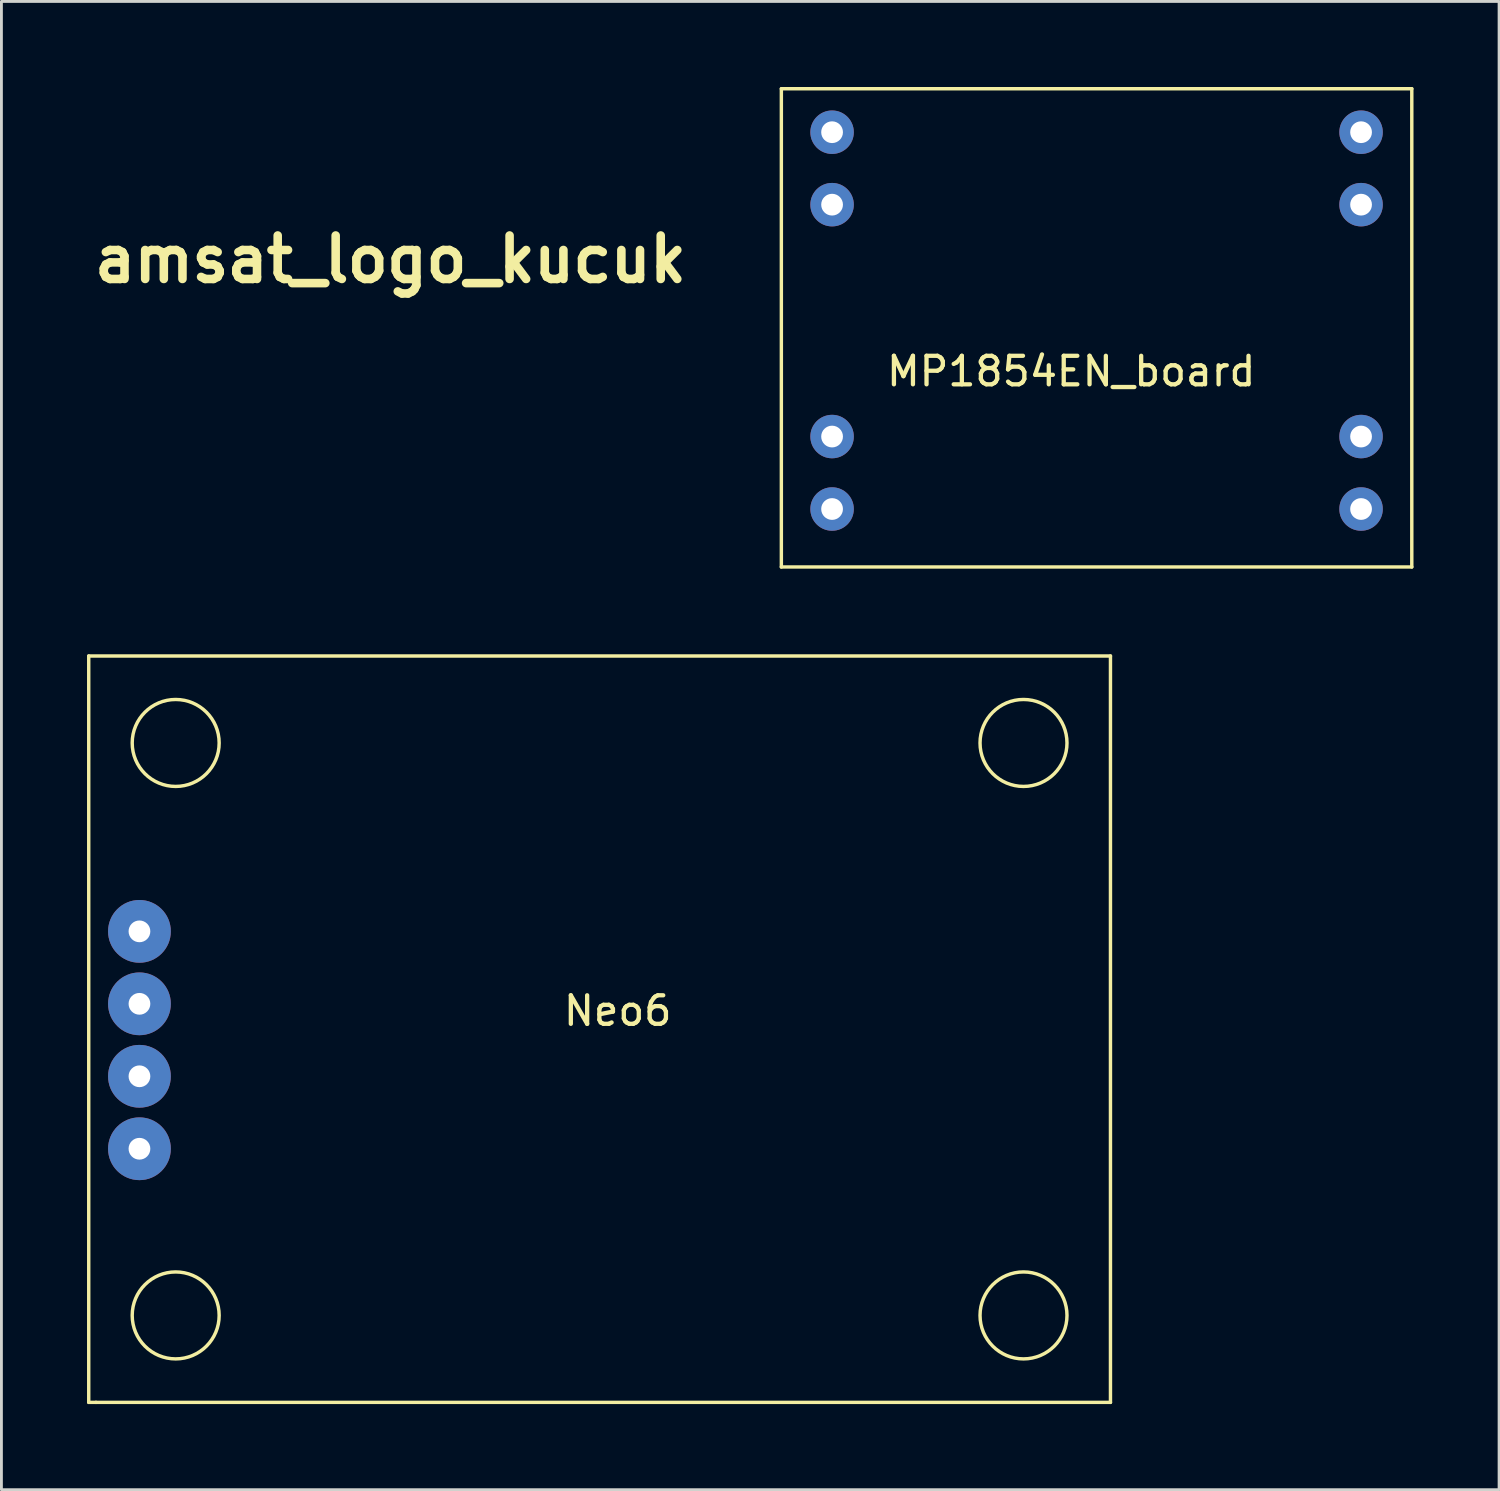
<source format=kicad_pcb>
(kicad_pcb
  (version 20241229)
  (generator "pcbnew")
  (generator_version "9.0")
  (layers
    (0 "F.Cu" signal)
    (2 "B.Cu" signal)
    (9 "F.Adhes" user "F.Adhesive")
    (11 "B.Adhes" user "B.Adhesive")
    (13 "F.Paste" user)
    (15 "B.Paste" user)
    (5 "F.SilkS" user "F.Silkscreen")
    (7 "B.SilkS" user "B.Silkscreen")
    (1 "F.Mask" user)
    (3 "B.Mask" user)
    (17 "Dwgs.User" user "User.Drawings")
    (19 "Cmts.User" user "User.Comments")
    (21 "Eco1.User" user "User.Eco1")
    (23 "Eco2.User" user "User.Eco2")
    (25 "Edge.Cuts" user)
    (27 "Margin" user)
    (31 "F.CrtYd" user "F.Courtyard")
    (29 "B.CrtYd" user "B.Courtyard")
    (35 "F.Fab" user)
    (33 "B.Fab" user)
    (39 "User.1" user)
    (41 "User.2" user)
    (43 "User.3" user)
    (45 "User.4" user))
  (footprint "amsat_logo_kucuk"
    (layer "F.Cu")
    (at 10.639 6.039)
    (property "Reference" "amsat_logo_kucuk" (at 0 0 0) (layer "F.SilkS") (effects (font (size 1.524 1.524) (thickness 0.3))))
    (attr through_hole)
    (fp_poly (pts (xy -0.812 2.842) (xy -0.802 3.476) (xy -0.853 4.173) (xy -1.074 4.481) (xy -1.567 4.445) (xy -2.358 4.139) (xy -2.943 3.788) (xy -3.02 3.44) (xy -2.582 3.066) (xy -1.981 2.78) (xy -1.27 2.5) (xy -0.924 2.495) (xy -0.812 2.842)) (stroke (width 0.01) (type solid)) (fill no) (layer "Eco2.User"))
    (fp_poly (pts (xy 0.814 2.526) (xy 1.446 2.78) (xy 2.241 3.187) (xy 2.514 3.546) (xy 2.273 3.888) (xy 1.766 4.15) (xy 0.946 4.455) (xy 0.496 4.468) (xy 0.305 4.142) (xy 0.267 3.476) (xy 0.284 2.766) (xy 0.422 2.475) (xy 0.814 2.526)) (stroke (width 0.01) (type solid)) (fill no) (layer "Eco2.User"))
    (fp_poly (pts (xy -0.871 -4.628) (xy -0.807 -4.149) (xy -0.802 -3.638) (xy -0.857 -2.821) (xy -1.084 -2.46) (xy -1.574 -2.505) (xy -2.273 -2.826) (xy -2.886 -3.172) (xy -3.278 -3.442) (xy -3.289 -3.453) (xy -3.254 -3.72) (xy -2.853 -4.079) (xy -2.22 -4.436) (xy -1.498 -4.696) (xy -1.075 -4.77) (xy -0.871 -4.628)) (stroke (width 0.01) (type solid)) (fill no) (layer "Eco2.User"))
    (fp_poly (pts (xy 1.012 -4.697) (xy 1.674 -4.42) (xy 2.329 -4.085) (xy 2.759 -3.798) (xy 2.809 -3.74) (xy 2.709 -3.461) (xy 2.255 -3.097) (xy 1.598 -2.745) (xy 0.964 -2.523) (xy 0.54 -2.449) (xy 0.336 -2.591) (xy 0.272 -3.07) (xy 0.267 -3.58) (xy 0.326 -4.347) (xy 0.479 -4.77) (xy 0.561 -4.813) (xy 1.012 -4.697)) (stroke (width 0.01) (type solid)) (fill no) (layer "Eco2.User"))
    (fp_poly (pts (xy -1.893 0.275) (xy -1.252 0.319) (xy -0.929 0.433) (xy -0.816 0.648) (xy -0.802 0.915) (xy -0.92 1.396) (xy -1.364 1.725) (xy -1.805 1.891) (xy -2.628 2.21) (xy -3.324 2.558) (xy -3.392 2.6) (xy -3.82 2.818) (xy -4.097 2.681) (xy -4.361 2.225) (xy -4.815 1.298) (xy -4.987 0.722) (xy -4.814 0.414) (xy -4.239 0.291) (xy -3.199 0.267) (xy -2.959 0.267) (xy -1.893 0.275)) (stroke (width 0.01) (type solid)) (fill no) (layer "Eco2.User"))
    (fp_poly (pts (xy 3.553 0.282) (xy 4.208 0.381) (xy 4.448 0.648) (xy 4.336 1.165) (xy 3.932 2.017) (xy 3.836 2.206) (xy 3.443 2.798) (xy 3.076 2.893) (xy 2.71 2.583) (xy 2.275 2.283) (xy 1.562 1.976) (xy 1.34 1.904) (xy 0.634 1.631) (xy 0.323 1.297) (xy 0.267 0.925) (xy 0.291 0.6) (xy 0.435 0.405) (xy 0.807 0.306) (xy 1.517 0.272) (xy 2.424 0.267) (xy 3.553 0.282)) (stroke (width 0.01) (type solid)) (fill no) (layer "Eco2.User"))
    (fp_poly (pts (xy -3.863 -2.826) (xy -3.276 -2.532) (xy -2.782 -2.273) (xy -2.004 -1.893) (xy -1.384 -1.651) (xy -1.163 -1.604) (xy -0.87 -1.381) (xy -0.802 -1.069) (xy -0.847 -0.803) (xy -1.052 -0.643) (xy -1.527 -0.564) (xy -2.377 -0.537) (xy -2.941 -0.535) (xy -3.934 -0.55) (xy -4.682 -0.589) (xy -5.059 -0.645) (xy -5.08 -0.663) (xy -4.989 -0.991) (xy -4.768 -1.573) (xy -4.498 -2.22) (xy -4.257 -2.74) (xy -4.129 -2.941) (xy -3.863 -2.826)) (stroke (width 0.01) (type solid)) (fill no) (layer "Eco2.User"))
    (fp_poly (pts (xy 3.731 -2.722) (xy 3.975 -2.193) (xy 4.244 -1.546) (xy 4.461 -0.97) (xy 4.545 -0.663) (xy 4.299 -0.603) (xy 3.645 -0.559) (xy 2.709 -0.536) (xy 2.406 -0.535) (xy 1.341 -0.546) (xy 0.702 -0.597) (xy 0.383 -0.716) (xy 0.275 -0.928) (xy 0.267 -1.069) (xy 0.418 -1.503) (xy 0.629 -1.604) (xy 1.057 -1.723) (xy 1.761 -2.028) (xy 2.247 -2.273) (xy 2.965 -2.646) (xy 3.461 -2.889) (xy 3.595 -2.941) (xy 3.731 -2.722)) (stroke (width 0.01) (type solid)) (fill no) (layer "Eco2.User"))
    (fp_poly (pts (xy 1.332 -5.821) (xy 2.731 -5.212) (xy 3.915 -4.272) (xy 4.831 -3.07) (xy 5.424 -1.673) (xy 5.64 -0.149) (xy 5.425 1.435) (xy 4.91 2.693) (xy 4.304 3.588) (xy 3.566 4.39) (xy 3.216 4.674) (xy 2.366 5.174) (xy 1.471 5.563) (xy 0.654 5.804) (xy 0.037 5.865) (xy -0.258 5.711) (xy -0.267 5.65) (xy -0.03 5.474) (xy 0.563 5.313) (xy 0.822 5.272) (xy 2.177 4.837) (xy 3.399 3.979) (xy 4.396 2.808) (xy 5.076 1.435) (xy 5.346 -0.032) (xy 5.347 -0.134) (xy 5.121 -1.484) (xy 4.513 -2.86) (xy 3.627 -4.068) (xy 2.888 -4.716) (xy 2.247 -5.117) (xy 1.646 -5.348) (xy 0.898 -5.454) (xy -0.184 -5.481) (xy -0.267 -5.481) (xy -1.375 -5.458) (xy -2.137 -5.359) (xy -2.742 -5.137) (xy -3.378 -4.747) (xy -3.437 -4.706) (xy -4.123 -4.13) (xy -4.603 -3.543) (xy -4.715 -3.295) (xy -4.956 -2.794) (xy -5.321 -2.419) (xy -5.673 -2.263) (xy -5.872 -2.417) (xy -5.882 -2.516) (xy -5.663 -3.044) (xy -5.084 -3.714) (xy -4.266 -4.427) (xy -3.326 -5.088) (xy -2.384 -5.597) (xy -1.893 -5.782) (xy -0.227 -6.034) (xy 1.332 -5.821)) (stroke (width 0.01) (type solid)) (fill no) (layer "Eco2.User")))
  (footprint "Neo6"
    (layer "F.Cu")
    (at 18.094 31.882)
    (property "Reference" "Neo6" (at 0.508 0.5 0) (layer "F.SilkS") (effects (font (size 1 1) (thickness 0.15))))
    (attr through_hole)
    (fp_line (start -18.034 -11.938) (end 17.78 -11.938) (stroke (width 0.12) (type solid)) (layer "F.SilkS"))
    (fp_line (start -18.034 14.224) (end -18.034 -11.938) (stroke (width 0.12) (type solid)) (layer "F.SilkS"))
    (fp_line (start -17.78 14.224) (end -18.034 14.224) (stroke (width 0.12) (type solid)) (layer "F.SilkS"))
    (fp_line (start 17.78 -11.938) (end 17.78 14.224) (stroke (width 0.12) (type solid)) (layer "F.SilkS"))
    (fp_line (start 17.78 14.224) (end -17.78 14.224) (stroke (width 0.12) (type solid)) (layer "F.SilkS"))
    (fp_circle (center -14.986 -8.89) (end -13.462 -8.89) (stroke (width 0.12) (type solid)) (fill no) (layer "F.SilkS"))
    (fp_circle (center -14.986 11.176) (end -13.462 11.176) (stroke (width 0.12) (type solid)) (fill no) (layer "F.SilkS"))
    (fp_circle (center 14.732 -8.89) (end 16.256 -8.89) (stroke (width 0.12) (type solid)) (fill no) (layer "F.SilkS"))
    (fp_circle (center 14.732 11.176) (end 16.256 11.176) (stroke (width 0.12) (type solid)) (fill no) (layer "F.SilkS"))
    (pad "1" thru_hole circle (at -16.256 -2.286) (size 2.2 2.2) (drill 0.762) (layers "*.Cu" "*.Mask"))
    (pad "2" thru_hole circle (at -16.256 0.254) (size 2.2 2.2) (drill 0.762) (layers "*.Cu" "*.Mask"))
    (pad "3" thru_hole circle (at -16.256 2.794) (size 2.2 2.2) (drill 0.762) (layers "*.Cu" "*.Mask"))
    (pad "4" thru_hole circle (at -16.256 5.334) (size 2.2 2.2) (drill 0.762) (layers "*.Cu" "*.Mask")))
  (footprint "MP1854EN_board"
    (layer "F.Cu")
    (at 33.736 6.664)
    (property "Reference" "MP1854EN_board" (at 0.762 3.302 0) (layer "F.SilkS") (effects (font (size 1 1) (thickness 0.15))))
    (attr through_hole)
    (fp_line (start -9.398 -6.604) (end 12.7 -6.604) (stroke (width 0.12) (type solid)) (layer "F.SilkS"))
    (fp_line (start -9.398 10.16) (end -9.398 -6.604) (stroke (width 0.12) (type solid)) (layer "F.SilkS"))
    (fp_line (start 12.7 -6.604) (end 12.7 10.16) (stroke (width 0.12) (type solid)) (layer "F.SilkS"))
    (fp_line (start 12.7 10.16) (end -9.398 10.16) (stroke (width 0.12) (type solid)) (layer "F.SilkS"))
    (pad "1" thru_hole circle (at -7.62 -5.08) (size 1.524 1.524) (drill 0.762) (layers "*.Cu" "*.Mask"))
    (pad "2" thru_hole circle (at -7.62 -2.54) (size 1.524 1.524) (drill 0.762) (layers "*.Cu" "*.Mask"))
    (pad "3" thru_hole circle (at -7.62 5.588) (size 1.524 1.524) (drill 0.762) (layers "*.Cu" "*.Mask"))
    (pad "4" thru_hole circle (at -7.62 8.128) (size 1.524 1.524) (drill 0.762) (layers "*.Cu" "*.Mask"))
    (pad "5" thru_hole circle (at 10.922 8.128) (size 1.524 1.524) (drill 0.762) (layers "*.Cu" "*.Mask"))
    (pad "6" thru_hole circle (at 10.922 5.588) (size 1.524 1.524) (drill 0.762) (layers "*.Cu" "*.Mask"))
    (pad "7" thru_hole circle (at 10.922 -2.54) (size 1.524 1.524) (drill 0.762) (layers "*.Cu" "*.Mask"))
    (pad "8" thru_hole circle (at 10.922 -5.08) (size 1.524 1.524) (drill 0.762) (layers "*.Cu" "*.Mask")))
  (gr_rect
    (start -3 -3)
    (end 49.496 49.166)
    (stroke (width 0.1) (type default))
    (fill no)
    (layer "Edge.Cuts")))
</source>
